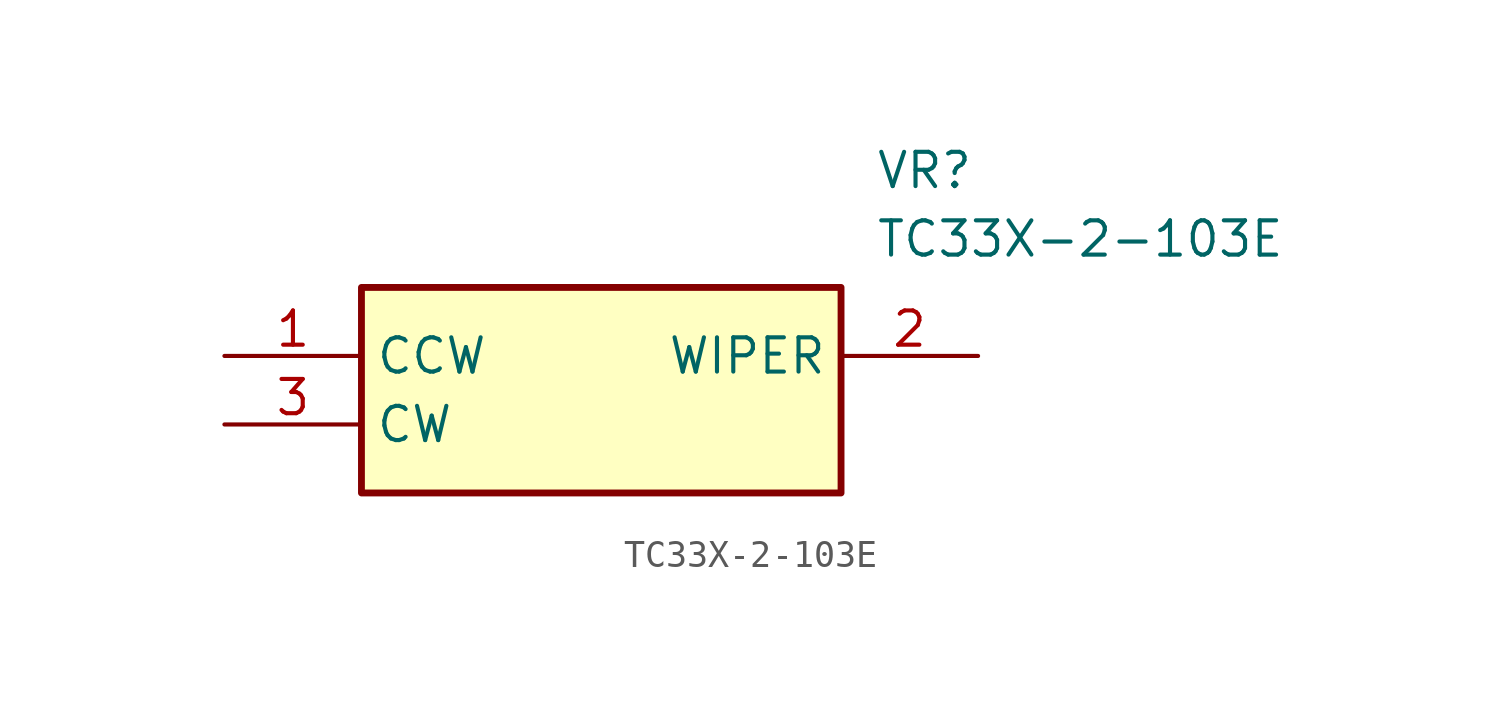
<source format=kicad_sym>
(kicad_symbol_lib
  (version 20211014)
  (generator SamacSys_ECAD_Model)
  (symbol "TC33X-2-103E"
    (property "Reference" "VR"
      (at 24.13 7.62 0)
      (effects (font (size 1.27 1.27)) (justify left top)))
    (property "Value" "TC33X-2-103E"
      (at 24.13 5.08 0)
      (effects (font (size 1.27 1.27)) (justify left top)))
    (rectangle
      (start 5.08 2.54)
      (end 22.86 -5.08)
      (stroke (width 0.254) (type default))
      (fill (type background)))
    (pin passive line
      (at 0 0 0)
      (length 5.08)
      (name "CCW" (effects (font (size 1.27 1.27))))
      (number "1" (effects (font (size 1.27 1.27)))))
    (pin passive line
      (at 27.94 0 180)
      (length 5.08)
      (name "WIPER" (effects (font (size 1.27 1.27))))
      (number "2" (effects (font (size 1.27 1.27)))))
    (pin passive line
      (at 0 -2.54 0)
      (length 5.08)
      (name "CW" (effects (font (size 1.27 1.27))))
      (number "3" (effects (font (size 1.27 1.27)))))))
</source>
